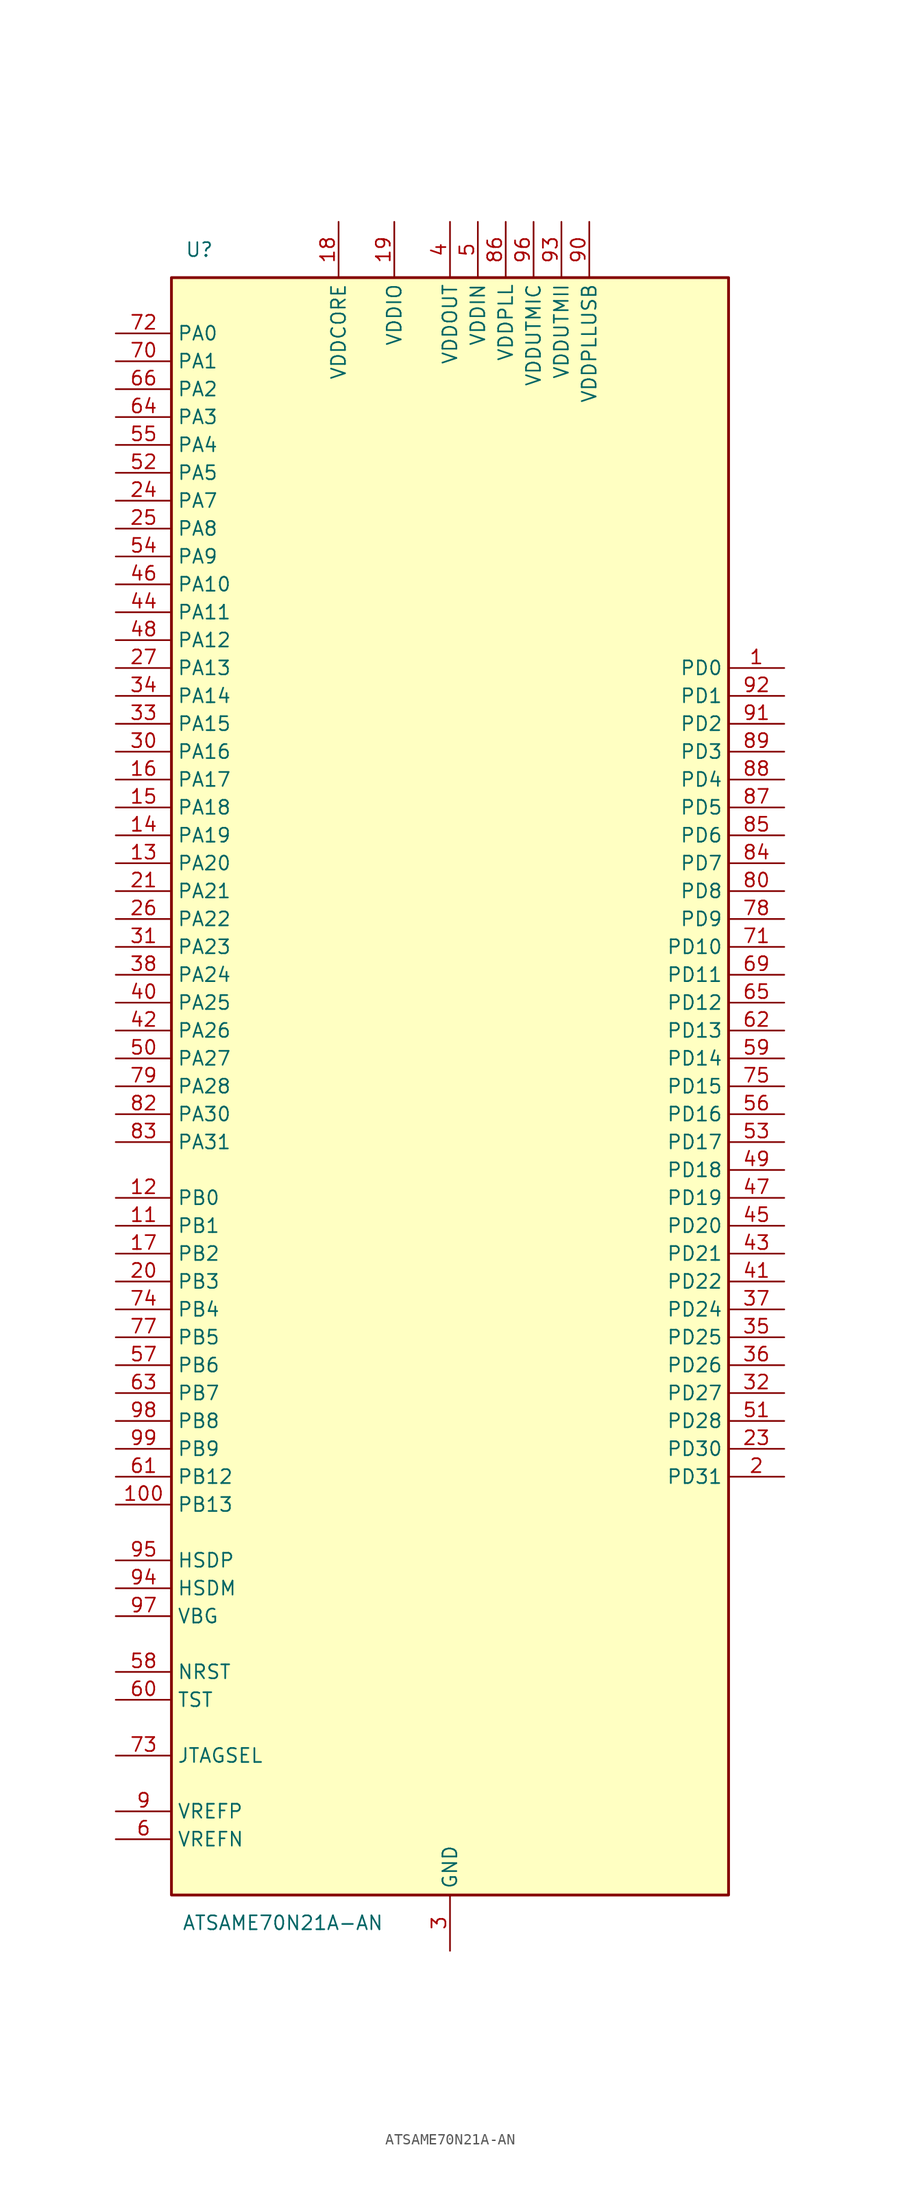
<source format=kicad_sym>
(kicad_symbol_lib
  (version 20231120)
  (generator "kicad_symbol_editor")
  (generator_version "8.0")
  (symbol "ATSAME70N21A-AN"
    (property "Reference" "U"
      (at -22.86 76.2 0)
      (effects (font (size 1.27 1.27))))
    (property "Value" "ATSAME70N21A-AN"
      (at -15.24 -76.2 0)
      (effects (font (size 1.27 1.27))))
    (symbol "ATSAME70N21A-AN_0_1"
      (rectangle (start 25.4 73.66) (end -25.4 -73.66) (stroke (width 0.254) (type default)) (fill (type background))))
    (symbol "ATSAME70N21A-AN_1_1"
      (pin bidirectional line (at 30.48 38.1 180) (length 5.08) (name "PD0" (effects (font (size 1.27 1.27)))) (number "1" (effects (font (size 1.27 1.27)))))
      (pin passive line (at 0 -78.74 90) (length 5.08) hide (name "GND" (effects (font (size 1.27 1.27)))) (number "10" (effects (font (size 1.27 1.27)))))
      (pin bidirectional line (at -30.48 -38.1 0) (length 5.08) (name "PB13" (effects (font (size 1.27 1.27)))) (number "100" (effects (font (size 1.27 1.27)))))
      (pin bidirectional line (at -30.48 -12.7 0) (length 5.08) (name "PB1" (effects (font (size 1.27 1.27)))) (number "11" (effects (font (size 1.27 1.27)))))
      (pin bidirectional line (at -30.48 -10.16 0) (length 5.08) (name "PB0" (effects (font (size 1.27 1.27)))) (number "12" (effects (font (size 1.27 1.27)))))
      (pin bidirectional line (at -30.48 20.32 0) (length 5.08) (name "PA20" (effects (font (size 1.27 1.27)))) (number "13" (effects (font (size 1.27 1.27)))))
      (pin bidirectional line (at -30.48 22.86 0) (length 5.08) (name "PA19" (effects (font (size 1.27 1.27)))) (number "14" (effects (font (size 1.27 1.27)))))
      (pin bidirectional line (at -30.48 25.4 0) (length 5.08) (name "PA18" (effects (font (size 1.27 1.27)))) (number "15" (effects (font (size 1.27 1.27)))))
      (pin bidirectional line (at -30.48 27.94 0) (length 5.08) (name "PA17" (effects (font (size 1.27 1.27)))) (number "16" (effects (font (size 1.27 1.27)))))
      (pin bidirectional line (at -30.48 -15.24 0) (length 5.08) (name "PB2" (effects (font (size 1.27 1.27)))) (number "17" (effects (font (size 1.27 1.27)))))
      (pin power_in line (at -10.16 78.74 270) (length 5.08) (name "VDDCORE" (effects (font (size 1.27 1.27)))) (number "18" (effects (font (size 1.27 1.27)))))
      (pin power_in line (at -5.08 78.74 270) (length 5.08) (name "VDDIO" (effects (font (size 1.27 1.27)))) (number "19" (effects (font (size 1.27 1.27)))))
      (pin bidirectional line (at 30.48 -35.56 180) (length 5.08) (name "PD31" (effects (font (size 1.27 1.27)))) (number "2" (effects (font (size 1.27 1.27)))))
      (pin bidirectional line (at -30.48 -17.78 0) (length 5.08) (name "PB3" (effects (font (size 1.27 1.27)))) (number "20" (effects (font (size 1.27 1.27)))))
      (pin bidirectional line (at -30.48 17.78 0) (length 5.08) (name "PA21" (effects (font (size 1.27 1.27)))) (number "21" (effects (font (size 1.27 1.27)))))
      (pin passive line (at -10.16 78.74 270) (length 5.08) hide (name "VDDCORE" (effects (font (size 1.27 1.27)))) (number "22" (effects (font (size 1.27 1.27)))))
      (pin bidirectional line (at 30.48 -33.02 180) (length 5.08) (name "PD30" (effects (font (size 1.27 1.27)))) (number "23" (effects (font (size 1.27 1.27)))))
      (pin bidirectional line (at -30.48 53.34 0) (length 5.08) (name "PA7" (effects (font (size 1.27 1.27)))) (number "24" (effects (font (size 1.27 1.27)))))
      (pin bidirectional line (at -30.48 50.8 0) (length 5.08) (name "PA8" (effects (font (size 1.27 1.27)))) (number "25" (effects (font (size 1.27 1.27)))))
      (pin bidirectional line (at -30.48 15.24 0) (length 5.08) (name "PA22" (effects (font (size 1.27 1.27)))) (number "26" (effects (font (size 1.27 1.27)))))
      (pin bidirectional line (at -30.48 38.1 0) (length 5.08) (name "PA13" (effects (font (size 1.27 1.27)))) (number "27" (effects (font (size 1.27 1.27)))))
      (pin passive line (at -5.08 78.74 270) (length 5.08) hide (name "VDDIO" (effects (font (size 1.27 1.27)))) (number "28" (effects (font (size 1.27 1.27)))))
      (pin passive line (at 0 -78.74 90) (length 5.08) hide (name "GND" (effects (font (size 1.27 1.27)))) (number "29" (effects (font (size 1.27 1.27)))))
      (pin power_in line (at 0 -78.74 90) (length 5.08) (name "GND" (effects (font (size 1.27 1.27)))) (number "3" (effects (font (size 1.27 1.27)))))
      (pin bidirectional line (at -30.48 30.48 0) (length 5.08) (name "PA16" (effects (font (size 1.27 1.27)))) (number "30" (effects (font (size 1.27 1.27)))))
      (pin bidirectional line (at -30.48 12.7 0) (length 5.08) (name "PA23" (effects (font (size 1.27 1.27)))) (number "31" (effects (font (size 1.27 1.27)))))
      (pin bidirectional line (at 30.48 -27.94 180) (length 5.08) (name "PD27" (effects (font (size 1.27 1.27)))) (number "32" (effects (font (size 1.27 1.27)))))
      (pin bidirectional line (at -30.48 33.02 0) (length 5.08) (name "PA15" (effects (font (size 1.27 1.27)))) (number "33" (effects (font (size 1.27 1.27)))))
      (pin bidirectional line (at -30.48 35.56 0) (length 5.08) (name "PA14" (effects (font (size 1.27 1.27)))) (number "34" (effects (font (size 1.27 1.27)))))
      (pin bidirectional line (at 30.48 -22.86 180) (length 5.08) (name "PD25" (effects (font (size 1.27 1.27)))) (number "35" (effects (font (size 1.27 1.27)))))
      (pin bidirectional line (at 30.48 -25.4 180) (length 5.08) (name "PD26" (effects (font (size 1.27 1.27)))) (number "36" (effects (font (size 1.27 1.27)))))
      (pin bidirectional line (at 30.48 -20.32 180) (length 5.08) (name "PD24" (effects (font (size 1.27 1.27)))) (number "37" (effects (font (size 1.27 1.27)))))
      (pin bidirectional line (at -30.48 10.16 0) (length 5.08) (name "PA24" (effects (font (size 1.27 1.27)))) (number "38" (effects (font (size 1.27 1.27)))))
      (pin passive line (at -10.16 78.74 270) (length 5.08) hide (name "VDDCORE" (effects (font (size 1.27 1.27)))) (number "39" (effects (font (size 1.27 1.27)))))
      (pin power_out line (at 0 78.74 270) (length 5.08) (name "VDDOUT" (effects (font (size 1.27 1.27)))) (number "4" (effects (font (size 1.27 1.27)))))
      (pin bidirectional line (at -30.48 7.62 0) (length 5.08) (name "PA25" (effects (font (size 1.27 1.27)))) (number "40" (effects (font (size 1.27 1.27)))))
      (pin bidirectional line (at 30.48 -17.78 180) (length 5.08) (name "PD22" (effects (font (size 1.27 1.27)))) (number "41" (effects (font (size 1.27 1.27)))))
      (pin bidirectional line (at -30.48 5.08 0) (length 5.08) (name "PA26" (effects (font (size 1.27 1.27)))) (number "42" (effects (font (size 1.27 1.27)))))
      (pin bidirectional line (at 30.48 -15.24 180) (length 5.08) (name "PD21" (effects (font (size 1.27 1.27)))) (number "43" (effects (font (size 1.27 1.27)))))
      (pin bidirectional line (at -30.48 43.18 0) (length 5.08) (name "PA11" (effects (font (size 1.27 1.27)))) (number "44" (effects (font (size 1.27 1.27)))))
      (pin bidirectional line (at 30.48 -12.7 180) (length 5.08) (name "PD20" (effects (font (size 1.27 1.27)))) (number "45" (effects (font (size 1.27 1.27)))))
      (pin bidirectional line (at -30.48 45.72 0) (length 5.08) (name "PA10" (effects (font (size 1.27 1.27)))) (number "46" (effects (font (size 1.27 1.27)))))
      (pin bidirectional line (at 30.48 -10.16 180) (length 5.08) (name "PD19" (effects (font (size 1.27 1.27)))) (number "47" (effects (font (size 1.27 1.27)))))
      (pin bidirectional line (at -30.48 40.64 0) (length 5.08) (name "PA12" (effects (font (size 1.27 1.27)))) (number "48" (effects (font (size 1.27 1.27)))))
      (pin bidirectional line (at 30.48 -7.62 180) (length 5.08) (name "PD18" (effects (font (size 1.27 1.27)))) (number "49" (effects (font (size 1.27 1.27)))))
      (pin power_in line (at 2.54 78.74 270) (length 5.08) (name "VDDIN" (effects (font (size 1.27 1.27)))) (number "5" (effects (font (size 1.27 1.27)))))
      (pin bidirectional line (at -30.48 2.54 0) (length 5.08) (name "PA27" (effects (font (size 1.27 1.27)))) (number "50" (effects (font (size 1.27 1.27)))))
      (pin bidirectional line (at 30.48 -30.48 180) (length 5.08) (name "PD28" (effects (font (size 1.27 1.27)))) (number "51" (effects (font (size 1.27 1.27)))))
      (pin bidirectional line (at -30.48 55.88 0) (length 5.08) (name "PA5" (effects (font (size 1.27 1.27)))) (number "52" (effects (font (size 1.27 1.27)))))
      (pin bidirectional line (at 30.48 -5.08 180) (length 5.08) (name "PD17" (effects (font (size 1.27 1.27)))) (number "53" (effects (font (size 1.27 1.27)))))
      (pin bidirectional line (at -30.48 48.26 0) (length 5.08) (name "PA9" (effects (font (size 1.27 1.27)))) (number "54" (effects (font (size 1.27 1.27)))))
      (pin bidirectional line (at -30.48 58.42 0) (length 5.08) (name "PA4" (effects (font (size 1.27 1.27)))) (number "55" (effects (font (size 1.27 1.27)))))
      (pin bidirectional line (at 30.48 -2.54 180) (length 5.08) (name "PD16" (effects (font (size 1.27 1.27)))) (number "56" (effects (font (size 1.27 1.27)))))
      (pin bidirectional line (at -30.48 -25.4 0) (length 5.08) (name "PB6" (effects (font (size 1.27 1.27)))) (number "57" (effects (font (size 1.27 1.27)))))
      (pin bidirectional line (at -30.48 -53.34 0) (length 5.08) (name "NRST" (effects (font (size 1.27 1.27)))) (number "58" (effects (font (size 1.27 1.27)))))
      (pin bidirectional line (at 30.48 2.54 180) (length 5.08) (name "PD14" (effects (font (size 1.27 1.27)))) (number "59" (effects (font (size 1.27 1.27)))))
      (pin input line (at -30.48 -68.58 0) (length 5.08) (name "VREFN" (effects (font (size 1.27 1.27)))) (number "6" (effects (font (size 1.27 1.27)))))
      (pin input line (at -30.48 -55.88 0) (length 5.08) (name "TST" (effects (font (size 1.27 1.27)))) (number "60" (effects (font (size 1.27 1.27)))))
      (pin bidirectional line (at -30.48 -35.56 0) (length 5.08) (name "PB12" (effects (font (size 1.27 1.27)))) (number "61" (effects (font (size 1.27 1.27)))))
      (pin bidirectional line (at 30.48 5.08 180) (length 5.08) (name "PD13" (effects (font (size 1.27 1.27)))) (number "62" (effects (font (size 1.27 1.27)))))
      (pin bidirectional line (at -30.48 -27.94 0) (length 5.08) (name "PB7" (effects (font (size 1.27 1.27)))) (number "63" (effects (font (size 1.27 1.27)))))
      (pin bidirectional line (at -30.48 60.96 0) (length 5.08) (name "PA3" (effects (font (size 1.27 1.27)))) (number "64" (effects (font (size 1.27 1.27)))))
      (pin bidirectional line (at 30.48 7.62 180) (length 5.08) (name "PD12" (effects (font (size 1.27 1.27)))) (number "65" (effects (font (size 1.27 1.27)))))
      (pin bidirectional line (at -30.48 63.5 0) (length 5.08) (name "PA2" (effects (font (size 1.27 1.27)))) (number "66" (effects (font (size 1.27 1.27)))))
      (pin passive line (at 0 -78.74 90) (length 5.08) hide (name "GND" (effects (font (size 1.27 1.27)))) (number "67" (effects (font (size 1.27 1.27)))))
      (pin passive line (at -5.08 78.74 270) (length 5.08) hide (name "VDDIO" (effects (font (size 1.27 1.27)))) (number "68" (effects (font (size 1.27 1.27)))))
      (pin bidirectional line (at 30.48 10.16 180) (length 5.08) (name "PD11" (effects (font (size 1.27 1.27)))) (number "69" (effects (font (size 1.27 1.27)))))
      (pin passive line (at 0 -78.74 90) (length 5.08) hide (name "GND" (effects (font (size 1.27 1.27)))) (number "7" (effects (font (size 1.27 1.27)))))
      (pin bidirectional line (at -30.48 66.04 0) (length 5.08) (name "PA1" (effects (font (size 1.27 1.27)))) (number "70" (effects (font (size 1.27 1.27)))))
      (pin bidirectional line (at 30.48 12.7 180) (length 5.08) (name "PD10" (effects (font (size 1.27 1.27)))) (number "71" (effects (font (size 1.27 1.27)))))
      (pin bidirectional line (at -30.48 68.58 0) (length 5.08) (name "PA0" (effects (font (size 1.27 1.27)))) (number "72" (effects (font (size 1.27 1.27)))))
      (pin input line (at -30.48 -60.96 0) (length 5.08) (name "JTAGSEL" (effects (font (size 1.27 1.27)))) (number "73" (effects (font (size 1.27 1.27)))))
      (pin bidirectional line (at -30.48 -20.32 0) (length 5.08) (name "PB4" (effects (font (size 1.27 1.27)))) (number "74" (effects (font (size 1.27 1.27)))))
      (pin bidirectional line (at 30.48 0 180) (length 5.08) (name "PD15" (effects (font (size 1.27 1.27)))) (number "75" (effects (font (size 1.27 1.27)))))
      (pin passive line (at -10.16 78.74 270) (length 5.08) hide (name "VDDCORE" (effects (font (size 1.27 1.27)))) (number "76" (effects (font (size 1.27 1.27)))))
      (pin bidirectional line (at -30.48 -22.86 0) (length 5.08) (name "PB5" (effects (font (size 1.27 1.27)))) (number "77" (effects (font (size 1.27 1.27)))))
      (pin bidirectional line (at 30.48 15.24 180) (length 5.08) (name "PD9" (effects (font (size 1.27 1.27)))) (number "78" (effects (font (size 1.27 1.27)))))
      (pin bidirectional line (at -30.48 0 0) (length 5.08) (name "PA28" (effects (font (size 1.27 1.27)))) (number "79" (effects (font (size 1.27 1.27)))))
      (pin passive line (at 0 -78.74 90) (length 5.08) hide (name "GND" (effects (font (size 1.27 1.27)))) (number "8" (effects (font (size 1.27 1.27)))))
      (pin bidirectional line (at 30.48 17.78 180) (length 5.08) (name "PD8" (effects (font (size 1.27 1.27)))) (number "80" (effects (font (size 1.27 1.27)))))
      (pin passive line (at -5.08 78.74 270) (length 5.08) hide (name "VDDIO" (effects (font (size 1.27 1.27)))) (number "81" (effects (font (size 1.27 1.27)))))
      (pin bidirectional line (at -30.48 -2.54 0) (length 5.08) (name "PA30" (effects (font (size 1.27 1.27)))) (number "82" (effects (font (size 1.27 1.27)))))
      (pin bidirectional line (at -30.48 -5.08 0) (length 5.08) (name "PA31" (effects (font (size 1.27 1.27)))) (number "83" (effects (font (size 1.27 1.27)))))
      (pin bidirectional line (at 30.48 20.32 180) (length 5.08) (name "PD7" (effects (font (size 1.27 1.27)))) (number "84" (effects (font (size 1.27 1.27)))))
      (pin bidirectional line (at 30.48 22.86 180) (length 5.08) (name "PD6" (effects (font (size 1.27 1.27)))) (number "85" (effects (font (size 1.27 1.27)))))
      (pin power_in line (at 5.08 78.74 270) (length 5.08) (name "VDDPLL" (effects (font (size 1.27 1.27)))) (number "86" (effects (font (size 1.27 1.27)))))
      (pin bidirectional line (at 30.48 25.4 180) (length 5.08) (name "PD5" (effects (font (size 1.27 1.27)))) (number "87" (effects (font (size 1.27 1.27)))))
      (pin bidirectional line (at 30.48 27.94 180) (length 5.08) (name "PD4" (effects (font (size 1.27 1.27)))) (number "88" (effects (font (size 1.27 1.27)))))
      (pin bidirectional line (at 30.48 30.48 180) (length 5.08) (name "PD3" (effects (font (size 1.27 1.27)))) (number "89" (effects (font (size 1.27 1.27)))))
      (pin input line (at -30.48 -66.04 0) (length 5.08) (name "VREFP" (effects (font (size 1.27 1.27)))) (number "9" (effects (font (size 1.27 1.27)))))
      (pin power_in line (at 12.7 78.74 270) (length 5.08) (name "VDDPLLUSB" (effects (font (size 1.27 1.27)))) (number "90" (effects (font (size 1.27 1.27)))))
      (pin bidirectional line (at 30.48 33.02 180) (length 5.08) (name "PD2" (effects (font (size 1.27 1.27)))) (number "91" (effects (font (size 1.27 1.27)))))
      (pin bidirectional line (at 30.48 35.56 180) (length 5.08) (name "PD1" (effects (font (size 1.27 1.27)))) (number "92" (effects (font (size 1.27 1.27)))))
      (pin power_in line (at 10.16 78.74 270) (length 5.08) (name "VDDUTMII" (effects (font (size 1.27 1.27)))) (number "93" (effects (font (size 1.27 1.27)))))
      (pin bidirectional line (at -30.48 -45.72 0) (length 5.08) (name "HSDM" (effects (font (size 1.27 1.27)))) (number "94" (effects (font (size 1.27 1.27)))))
      (pin bidirectional line (at -30.48 -43.18 0) (length 5.08) (name "HSDP" (effects (font (size 1.27 1.27)))) (number "95" (effects (font (size 1.27 1.27)))))
      (pin power_in line (at 7.62 78.74 270) (length 5.08) (name "VDDUTMIC" (effects (font (size 1.27 1.27)))) (number "96" (effects (font (size 1.27 1.27)))))
      (pin input line (at -30.48 -48.26 0) (length 5.08) (name "VBG" (effects (font (size 1.27 1.27)))) (number "97" (effects (font (size 1.27 1.27)))))
      (pin bidirectional line (at -30.48 -30.48 0) (length 5.08) (name "PB8" (effects (font (size 1.27 1.27)))) (number "98" (effects (font (size 1.27 1.27)))))
      (pin bidirectional line (at -30.48 -33.02 0) (length 5.08) (name "PB9" (effects (font (size 1.27 1.27)))) (number "99" (effects (font (size 1.27 1.27))))))))
</source>
